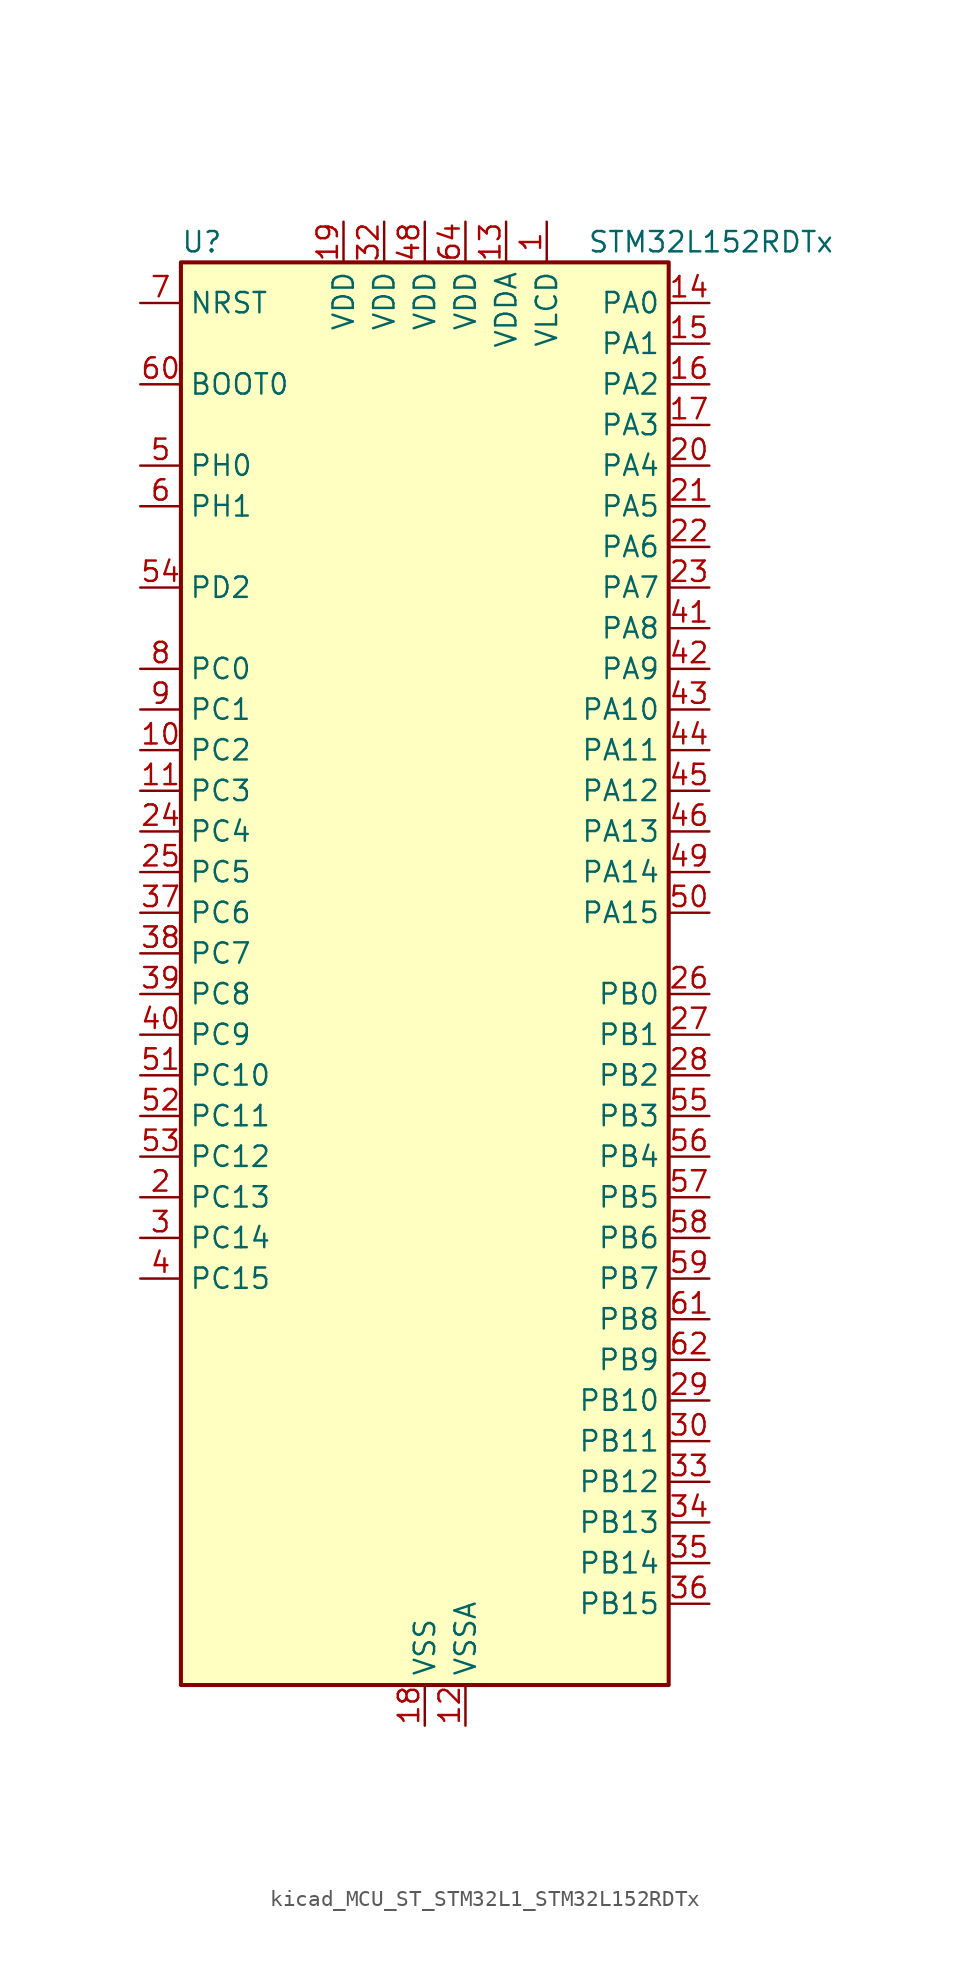
<source format=kicad_sym>
(kicad_symbol_lib
  (version 20220914)
  (generator kicad_symbol_editor)
  (symbol "kicad_MCU_ST_STM32L1_STM32L152RDTx"
    (property "Reference" "U"
      (at -15.24 46.99 0)
      (effects (font (size 1.27 1.27)) (justify left)))
    (property "Value" "STM32L152RDTx"
      (at 10.16 46.99 0)
      (effects (font (size 1.27 1.27)) (justify left)))
    (property "ki_locked" ""
      (at 0 0 0)
      (effects (font (size 1.27 1.27))))
    (symbol "kicad_MCU_ST_STM32L1_STM32L152RDTx_0_1"
      (rectangle (start -15.24 -43.18) (end 15.24 45.72) (stroke (width 0.254) (type default)) (fill (type background))))
    (symbol "kicad_MCU_ST_STM32L1_STM32L152RDTx_1_1"
      (pin power_in line (at 7.62 48.26 270) (length 2.54) (name "VLCD" (effects (font (size 1.27 1.27)))) (number "1" (effects (font (size 1.27 1.27)))))
      (pin bidirectional line (at -17.78 15.24 0) (length 2.54) (name "PC2" (effects (font (size 1.27 1.27)))) (number "10" (effects (font (size 1.27 1.27)))) (alternate "ADC_IN12" bidirectional line) (alternate "COMP1_INP" bidirectional line) (alternate "LCD_SEG20" bidirectional line) (alternate "OPAMP3_VINM" bidirectional line) (alternate "TIMX_IC3" bidirectional line) (alternate "TS_G8_IO3" bidirectional line))
      (pin bidirectional line (at -17.78 12.7 0) (length 2.54) (name "PC3" (effects (font (size 1.27 1.27)))) (number "11" (effects (font (size 1.27 1.27)))) (alternate "ADC_IN13" bidirectional line) (alternate "COMP1_INP" bidirectional line) (alternate "LCD_SEG21" bidirectional line) (alternate "OPAMP3_VOUT" bidirectional line) (alternate "TIMX_IC4" bidirectional line) (alternate "TS_G8_IO4" bidirectional line))
      (pin power_in line (at 2.54 -45.72 90) (length 2.54) (name "VSSA" (effects (font (size 1.27 1.27)))) (number "12" (effects (font (size 1.27 1.27)))))
      (pin power_in line (at 5.08 48.26 270) (length 2.54) (name "VDDA" (effects (font (size 1.27 1.27)))) (number "13" (effects (font (size 1.27 1.27)))))
      (pin bidirectional line (at 17.78 43.18 180) (length 2.54) (name "PA0" (effects (font (size 1.27 1.27)))) (number "14" (effects (font (size 1.27 1.27)))) (alternate "ADC_IN0" bidirectional line) (alternate "COMP1_INP" bidirectional line) (alternate "RTC_TAMP2" bidirectional line) (alternate "SYS_WKUP1" bidirectional line) (alternate "TIM2_CH1" bidirectional line) (alternate "TIM2_ETR" bidirectional line) (alternate "TIM5_CH1" bidirectional line) (alternate "TIMX_IC1" bidirectional line) (alternate "TS_G1_IO1" bidirectional line) (alternate "USART2_CTS" bidirectional line))
      (pin bidirectional line (at 17.78 40.64 180) (length 2.54) (name "PA1" (effects (font (size 1.27 1.27)))) (number "15" (effects (font (size 1.27 1.27)))) (alternate "ADC_IN1" bidirectional line) (alternate "COMP1_INP" bidirectional line) (alternate "LCD_SEG0" bidirectional line) (alternate "OPAMP1_VINP" bidirectional line) (alternate "TIM2_CH2" bidirectional line) (alternate "TIM5_CH2" bidirectional line) (alternate "TIMX_IC2" bidirectional line) (alternate "TS_G1_IO2" bidirectional line) (alternate "USART2_RTS" bidirectional line))
      (pin bidirectional line (at 17.78 38.1 180) (length 2.54) (name "PA2" (effects (font (size 1.27 1.27)))) (number "16" (effects (font (size 1.27 1.27)))) (alternate "ADC_IN2" bidirectional line) (alternate "COMP1_INP" bidirectional line) (alternate "LCD_SEG1" bidirectional line) (alternate "OPAMP1_VINM" bidirectional line) (alternate "TIM2_CH3" bidirectional line) (alternate "TIM5_CH3" bidirectional line) (alternate "TIM9_CH1" bidirectional line) (alternate "TIMX_IC3" bidirectional line) (alternate "TS_G1_IO3" bidirectional line) (alternate "USART2_TX" bidirectional line))
      (pin bidirectional line (at 17.78 35.56 180) (length 2.54) (name "PA3" (effects (font (size 1.27 1.27)))) (number "17" (effects (font (size 1.27 1.27)))) (alternate "ADC_IN3" bidirectional line) (alternate "COMP1_INP" bidirectional line) (alternate "LCD_SEG2" bidirectional line) (alternate "OPAMP1_VOUT" bidirectional line) (alternate "TIM2_CH4" bidirectional line) (alternate "TIM5_CH4" bidirectional line) (alternate "TIM9_CH2" bidirectional line) (alternate "TIMX_IC4" bidirectional line) (alternate "TS_G1_IO4" bidirectional line) (alternate "USART2_RX" bidirectional line))
      (pin power_in line (at 0 -45.72 90) (length 2.54) (name "VSS" (effects (font (size 1.27 1.27)))) (number "18" (effects (font (size 1.27 1.27)))))
      (pin power_in line (at -5.08 48.26 270) (length 2.54) (name "VDD" (effects (font (size 1.27 1.27)))) (number "19" (effects (font (size 1.27 1.27)))))
      (pin bidirectional line (at -17.78 -12.7 0) (length 2.54) (name "PC13" (effects (font (size 1.27 1.27)))) (number "2" (effects (font (size 1.27 1.27)))) (alternate "RTC_OUT_ALARM" bidirectional line) (alternate "RTC_OUT_CALIB" bidirectional line) (alternate "RTC_TAMP1" bidirectional line) (alternate "RTC_TS" bidirectional line) (alternate "SYS_WKUP2" bidirectional line) (alternate "TIMX_IC2" bidirectional line))
      (pin bidirectional line (at 17.78 33.02 180) (length 2.54) (name "PA4" (effects (font (size 1.27 1.27)))) (number "20" (effects (font (size 1.27 1.27)))) (alternate "ADC_IN4" bidirectional line) (alternate "COMP1_INP" bidirectional line) (alternate "DAC_OUT1" bidirectional line) (alternate "I2S3_WS" bidirectional line) (alternate "SPI1_NSS" bidirectional line) (alternate "SPI3_NSS" bidirectional line) (alternate "TIMX_IC1" bidirectional line) (alternate "USART2_CK" bidirectional line))
      (pin bidirectional line (at 17.78 30.48 180) (length 2.54) (name "PA5" (effects (font (size 1.27 1.27)))) (number "21" (effects (font (size 1.27 1.27)))) (alternate "ADC_IN5" bidirectional line) (alternate "COMP1_INP" bidirectional line) (alternate "DAC_OUT2" bidirectional line) (alternate "SPI1_SCK" bidirectional line) (alternate "TIM2_CH1" bidirectional line) (alternate "TIM2_ETR" bidirectional line) (alternate "TIMX_IC2" bidirectional line))
      (pin bidirectional line (at 17.78 27.94 180) (length 2.54) (name "PA6" (effects (font (size 1.27 1.27)))) (number "22" (effects (font (size 1.27 1.27)))) (alternate "ADC_IN6" bidirectional line) (alternate "COMP1_INP" bidirectional line) (alternate "LCD_SEG3" bidirectional line) (alternate "OPAMP2_VINP" bidirectional line) (alternate "SPI1_MISO" bidirectional line) (alternate "TIM10_CH1" bidirectional line) (alternate "TIM3_CH1" bidirectional line) (alternate "TIMX_IC3" bidirectional line) (alternate "TS_G2_IO1" bidirectional line))
      (pin bidirectional line (at 17.78 25.4 180) (length 2.54) (name "PA7" (effects (font (size 1.27 1.27)))) (number "23" (effects (font (size 1.27 1.27)))) (alternate "ADC_IN7" bidirectional line) (alternate "COMP1_INP" bidirectional line) (alternate "LCD_SEG4" bidirectional line) (alternate "OPAMP2_VINM" bidirectional line) (alternate "SPI1_MOSI" bidirectional line) (alternate "TIM11_CH1" bidirectional line) (alternate "TIM3_CH2" bidirectional line) (alternate "TIMX_IC4" bidirectional line) (alternate "TS_G2_IO2" bidirectional line))
      (pin bidirectional line (at -17.78 10.16 0) (length 2.54) (name "PC4" (effects (font (size 1.27 1.27)))) (number "24" (effects (font (size 1.27 1.27)))) (alternate "ADC_IN14" bidirectional line) (alternate "COMP1_INP" bidirectional line) (alternate "LCD_SEG22" bidirectional line) (alternate "TIMX_IC1" bidirectional line) (alternate "TS_G9_IO1" bidirectional line))
      (pin bidirectional line (at -17.78 7.62 0) (length 2.54) (name "PC5" (effects (font (size 1.27 1.27)))) (number "25" (effects (font (size 1.27 1.27)))) (alternate "ADC_IN15" bidirectional line) (alternate "COMP1_INP" bidirectional line) (alternate "LCD_SEG23" bidirectional line) (alternate "TIMX_IC2" bidirectional line) (alternate "TS_G9_IO2" bidirectional line))
      (pin bidirectional line (at 17.78 0 180) (length 2.54) (name "PB0" (effects (font (size 1.27 1.27)))) (number "26" (effects (font (size 1.27 1.27)))) (alternate "ADC_IN8" bidirectional line) (alternate "COMP1_INP" bidirectional line) (alternate "LCD_SEG5" bidirectional line) (alternate "OPAMP2_VOUT" bidirectional line) (alternate "SYS_V_REF_OUT" bidirectional line) (alternate "TIM3_CH3" bidirectional line) (alternate "TS_G3_IO1" bidirectional line))
      (pin bidirectional line (at 17.78 -2.54 180) (length 2.54) (name "PB1" (effects (font (size 1.27 1.27)))) (number "27" (effects (font (size 1.27 1.27)))) (alternate "ADC_IN9" bidirectional line) (alternate "COMP1_INP" bidirectional line) (alternate "LCD_SEG6" bidirectional line) (alternate "SYS_V_REF_OUT" bidirectional line) (alternate "TIM3_CH4" bidirectional line) (alternate "TS_G3_IO2" bidirectional line))
      (pin bidirectional line (at 17.78 -5.08 180) (length 2.54) (name "PB2" (effects (font (size 1.27 1.27)))) (number "28" (effects (font (size 1.27 1.27)))) (alternate "TS_G3_IO3" bidirectional line))
      (pin bidirectional line (at 17.78 -25.4 180) (length 2.54) (name "PB10" (effects (font (size 1.27 1.27)))) (number "29" (effects (font (size 1.27 1.27)))) (alternate "I2C2_SCL" bidirectional line) (alternate "LCD_SEG10" bidirectional line) (alternate "TIM2_CH3" bidirectional line) (alternate "USART3_TX" bidirectional line))
      (pin bidirectional line (at -17.78 -15.24 0) (length 2.54) (name "PC14" (effects (font (size 1.27 1.27)))) (number "3" (effects (font (size 1.27 1.27)))) (alternate "RCC_OSC32_IN" bidirectional line) (alternate "TIMX_IC3" bidirectional line))
      (pin bidirectional line (at 17.78 -27.94 180) (length 2.54) (name "PB11" (effects (font (size 1.27 1.27)))) (number "30" (effects (font (size 1.27 1.27)))) (alternate "ADC_EXTI11" bidirectional line) (alternate "I2C2_SDA" bidirectional line) (alternate "LCD_SEG11" bidirectional line) (alternate "TIM2_CH4" bidirectional line) (alternate "USART3_RX" bidirectional line))
      (pin passive line (at 0 -45.72 90) (length 2.54) hide (name "VSS" (effects (font (size 1.27 1.27)))) (number "31" (effects (font (size 1.27 1.27)))))
      (pin power_in line (at -2.54 48.26 270) (length 2.54) (name "VDD" (effects (font (size 1.27 1.27)))) (number "32" (effects (font (size 1.27 1.27)))))
      (pin bidirectional line (at 17.78 -30.48 180) (length 2.54) (name "PB12" (effects (font (size 1.27 1.27)))) (number "33" (effects (font (size 1.27 1.27)))) (alternate "ADC_IN18" bidirectional line) (alternate "COMP1_INP" bidirectional line) (alternate "I2C2_SMBA" bidirectional line) (alternate "I2S2_WS" bidirectional line) (alternate "LCD_SEG12" bidirectional line) (alternate "SPI2_NSS" bidirectional line) (alternate "TIM10_CH1" bidirectional line) (alternate "TS_G7_IO1" bidirectional line) (alternate "USART3_CK" bidirectional line))
      (pin bidirectional line (at 17.78 -33.02 180) (length 2.54) (name "PB13" (effects (font (size 1.27 1.27)))) (number "34" (effects (font (size 1.27 1.27)))) (alternate "ADC_IN19" bidirectional line) (alternate "COMP1_INP" bidirectional line) (alternate "I2S2_CK" bidirectional line) (alternate "LCD_SEG13" bidirectional line) (alternate "SPI2_SCK" bidirectional line) (alternate "TIM9_CH1" bidirectional line) (alternate "TS_G7_IO2" bidirectional line) (alternate "USART3_CTS" bidirectional line))
      (pin bidirectional line (at 17.78 -35.56 180) (length 2.54) (name "PB14" (effects (font (size 1.27 1.27)))) (number "35" (effects (font (size 1.27 1.27)))) (alternate "ADC_IN20" bidirectional line) (alternate "COMP1_INP" bidirectional line) (alternate "LCD_SEG14" bidirectional line) (alternate "SPI2_MISO" bidirectional line) (alternate "TIM9_CH2" bidirectional line) (alternate "TS_G7_IO3" bidirectional line) (alternate "USART3_RTS" bidirectional line))
      (pin bidirectional line (at 17.78 -38.1 180) (length 2.54) (name "PB15" (effects (font (size 1.27 1.27)))) (number "36" (effects (font (size 1.27 1.27)))) (alternate "ADC_EXTI15" bidirectional line) (alternate "ADC_IN21" bidirectional line) (alternate "COMP1_INP" bidirectional line) (alternate "I2S2_SD" bidirectional line) (alternate "LCD_SEG15" bidirectional line) (alternate "RTC_REFIN" bidirectional line) (alternate "SPI2_MOSI" bidirectional line) (alternate "TIM11_CH1" bidirectional line) (alternate "TS_G7_IO4" bidirectional line))
      (pin bidirectional line (at -17.78 5.08 0) (length 2.54) (name "PC6" (effects (font (size 1.27 1.27)))) (number "37" (effects (font (size 1.27 1.27)))) (alternate "I2S2_MCK" bidirectional line) (alternate "LCD_SEG24" bidirectional line) (alternate "SDIO_D6" bidirectional line) (alternate "TIM3_CH1" bidirectional line) (alternate "TIMX_IC3" bidirectional line) (alternate "TS_G10_IO1" bidirectional line))
      (pin bidirectional line (at -17.78 2.54 0) (length 2.54) (name "PC7" (effects (font (size 1.27 1.27)))) (number "38" (effects (font (size 1.27 1.27)))) (alternate "I2S3_MCK" bidirectional line) (alternate "LCD_SEG25" bidirectional line) (alternate "SDIO_D7" bidirectional line) (alternate "TIM3_CH2" bidirectional line) (alternate "TIMX_IC4" bidirectional line) (alternate "TS_G10_IO2" bidirectional line))
      (pin bidirectional line (at -17.78 0 0) (length 2.54) (name "PC8" (effects (font (size 1.27 1.27)))) (number "39" (effects (font (size 1.27 1.27)))) (alternate "LCD_SEG26" bidirectional line) (alternate "SDIO_D0" bidirectional line) (alternate "TIM3_CH3" bidirectional line) (alternate "TIMX_IC1" bidirectional line) (alternate "TS_G10_IO3" bidirectional line))
      (pin bidirectional line (at -17.78 -17.78 0) (length 2.54) (name "PC15" (effects (font (size 1.27 1.27)))) (number "4" (effects (font (size 1.27 1.27)))) (alternate "ADC_EXTI15" bidirectional line) (alternate "RCC_OSC32_OUT" bidirectional line) (alternate "TIMX_IC4" bidirectional line))
      (pin bidirectional line (at -17.78 -2.54 0) (length 2.54) (name "PC9" (effects (font (size 1.27 1.27)))) (number "40" (effects (font (size 1.27 1.27)))) (alternate "DAC_EXTI9" bidirectional line) (alternate "LCD_SEG27" bidirectional line) (alternate "SDIO_D1" bidirectional line) (alternate "TIM3_CH4" bidirectional line) (alternate "TIMX_IC2" bidirectional line) (alternate "TS_G10_IO4" bidirectional line))
      (pin bidirectional line (at 17.78 22.86 180) (length 2.54) (name "PA8" (effects (font (size 1.27 1.27)))) (number "41" (effects (font (size 1.27 1.27)))) (alternate "LCD_COM0" bidirectional line) (alternate "RCC_MCO" bidirectional line) (alternate "TIMX_IC1" bidirectional line) (alternate "TS_G4_IO1" bidirectional line) (alternate "USART1_CK" bidirectional line))
      (pin bidirectional line (at 17.78 20.32 180) (length 2.54) (name "PA9" (effects (font (size 1.27 1.27)))) (number "42" (effects (font (size 1.27 1.27)))) (alternate "DAC_EXTI9" bidirectional line) (alternate "LCD_COM1" bidirectional line) (alternate "TIMX_IC2" bidirectional line) (alternate "TS_G4_IO2" bidirectional line) (alternate "USART1_TX" bidirectional line))
      (pin bidirectional line (at 17.78 17.78 180) (length 2.54) (name "PA10" (effects (font (size 1.27 1.27)))) (number "43" (effects (font (size 1.27 1.27)))) (alternate "LCD_COM2" bidirectional line) (alternate "TIMX_IC3" bidirectional line) (alternate "TS_G4_IO3" bidirectional line) (alternate "USART1_RX" bidirectional line))
      (pin bidirectional line (at 17.78 15.24 180) (length 2.54) (name "PA11" (effects (font (size 1.27 1.27)))) (number "44" (effects (font (size 1.27 1.27)))) (alternate "ADC_EXTI11" bidirectional line) (alternate "SPI1_MISO" bidirectional line) (alternate "TIMX_IC4" bidirectional line) (alternate "USART1_CTS" bidirectional line) (alternate "USB_DM" bidirectional line))
      (pin bidirectional line (at 17.78 12.7 180) (length 2.54) (name "PA12" (effects (font (size 1.27 1.27)))) (number "45" (effects (font (size 1.27 1.27)))) (alternate "SPI1_MOSI" bidirectional line) (alternate "TIMX_IC1" bidirectional line) (alternate "USART1_RTS" bidirectional line) (alternate "USB_DP" bidirectional line))
      (pin bidirectional line (at 17.78 10.16 180) (length 2.54) (name "PA13" (effects (font (size 1.27 1.27)))) (number "46" (effects (font (size 1.27 1.27)))) (alternate "SYS_JTMS-SWDIO" bidirectional line) (alternate "TIMX_IC2" bidirectional line) (alternate "TS_G5_IO1" bidirectional line))
      (pin passive line (at 0 -45.72 90) (length 2.54) hide (name "VSS" (effects (font (size 1.27 1.27)))) (number "47" (effects (font (size 1.27 1.27)))))
      (pin power_in line (at 0 48.26 270) (length 2.54) (name "VDD" (effects (font (size 1.27 1.27)))) (number "48" (effects (font (size 1.27 1.27)))))
      (pin bidirectional line (at 17.78 7.62 180) (length 2.54) (name "PA14" (effects (font (size 1.27 1.27)))) (number "49" (effects (font (size 1.27 1.27)))) (alternate "SYS_JTCK-SWCLK" bidirectional line) (alternate "TIMX_IC3" bidirectional line) (alternate "TS_G5_IO2" bidirectional line))
      (pin bidirectional line (at -17.78 33.02 0) (length 2.54) (name "PH0" (effects (font (size 1.27 1.27)))) (number "5" (effects (font (size 1.27 1.27)))) (alternate "RCC_OSC_IN" bidirectional line))
      (pin bidirectional line (at 17.78 5.08 180) (length 2.54) (name "PA15" (effects (font (size 1.27 1.27)))) (number "50" (effects (font (size 1.27 1.27)))) (alternate "ADC_EXTI15" bidirectional line) (alternate "I2S3_WS" bidirectional line) (alternate "LCD_SEG17" bidirectional line) (alternate "SPI1_NSS" bidirectional line) (alternate "SPI3_NSS" bidirectional line) (alternate "SYS_JTDI" bidirectional line) (alternate "TIM2_CH1" bidirectional line) (alternate "TIM2_ETR" bidirectional line) (alternate "TIMX_IC4" bidirectional line) (alternate "TS_G5_IO3" bidirectional line))
      (pin bidirectional line (at -17.78 -5.08 0) (length 2.54) (name "PC10" (effects (font (size 1.27 1.27)))) (number "51" (effects (font (size 1.27 1.27)))) (alternate "I2S3_CK" bidirectional line) (alternate "LCD_COM4" bidirectional line) (alternate "LCD_SEG28" bidirectional line) (alternate "LCD_SEG40" bidirectional line) (alternate "SDIO_D2" bidirectional line) (alternate "SPI3_SCK" bidirectional line) (alternate "TIMX_IC3" bidirectional line) (alternate "UART4_TX" bidirectional line) (alternate "USART3_TX" bidirectional line))
      (pin bidirectional line (at -17.78 -7.62 0) (length 2.54) (name "PC11" (effects (font (size 1.27 1.27)))) (number "52" (effects (font (size 1.27 1.27)))) (alternate "ADC_EXTI11" bidirectional line) (alternate "LCD_COM5" bidirectional line) (alternate "LCD_SEG29" bidirectional line) (alternate "LCD_SEG41" bidirectional line) (alternate "SDIO_D3" bidirectional line) (alternate "SPI3_MISO" bidirectional line) (alternate "TIMX_IC4" bidirectional line) (alternate "UART4_RX" bidirectional line) (alternate "USART3_RX" bidirectional line))
      (pin bidirectional line (at -17.78 -10.16 0) (length 2.54) (name "PC12" (effects (font (size 1.27 1.27)))) (number "53" (effects (font (size 1.27 1.27)))) (alternate "I2S3_SD" bidirectional line) (alternate "LCD_COM6" bidirectional line) (alternate "LCD_SEG30" bidirectional line) (alternate "LCD_SEG42" bidirectional line) (alternate "SDIO_CK" bidirectional line) (alternate "SPI3_MOSI" bidirectional line) (alternate "TIMX_IC1" bidirectional line) (alternate "UART5_TX" bidirectional line) (alternate "USART3_CK" bidirectional line))
      (pin bidirectional line (at -17.78 25.4 0) (length 2.54) (name "PD2" (effects (font (size 1.27 1.27)))) (number "54" (effects (font (size 1.27 1.27)))) (alternate "LCD_COM7" bidirectional line) (alternate "LCD_SEG31" bidirectional line) (alternate "LCD_SEG43" bidirectional line) (alternate "SDIO_CMD" bidirectional line) (alternate "TIM3_ETR" bidirectional line) (alternate "TIMX_IC3" bidirectional line) (alternate "UART5_RX" bidirectional line))
      (pin bidirectional line (at 17.78 -7.62 180) (length 2.54) (name "PB3" (effects (font (size 1.27 1.27)))) (number "55" (effects (font (size 1.27 1.27)))) (alternate "COMP2_INM" bidirectional line) (alternate "I2S3_CK" bidirectional line) (alternate "LCD_SEG7" bidirectional line) (alternate "SPI1_SCK" bidirectional line) (alternate "SPI3_SCK" bidirectional line) (alternate "SYS_JTDO-TRACESWO" bidirectional line) (alternate "TIM2_CH2" bidirectional line))
      (pin bidirectional line (at 17.78 -10.16 180) (length 2.54) (name "PB4" (effects (font (size 1.27 1.27)))) (number "56" (effects (font (size 1.27 1.27)))) (alternate "COMP2_INP" bidirectional line) (alternate "LCD_SEG8" bidirectional line) (alternate "SPI1_MISO" bidirectional line) (alternate "SPI3_MISO" bidirectional line) (alternate "SYS_JTRST" bidirectional line) (alternate "TIM3_CH1" bidirectional line) (alternate "TS_G6_IO1" bidirectional line))
      (pin bidirectional line (at 17.78 -12.7 180) (length 2.54) (name "PB5" (effects (font (size 1.27 1.27)))) (number "57" (effects (font (size 1.27 1.27)))) (alternate "COMP2_INP" bidirectional line) (alternate "I2C1_SMBA" bidirectional line) (alternate "I2S3_SD" bidirectional line) (alternate "LCD_SEG9" bidirectional line) (alternate "SPI1_MOSI" bidirectional line) (alternate "SPI3_MOSI" bidirectional line) (alternate "TIM3_CH2" bidirectional line) (alternate "TS_G6_IO2" bidirectional line))
      (pin bidirectional line (at 17.78 -15.24 180) (length 2.54) (name "PB6" (effects (font (size 1.27 1.27)))) (number "58" (effects (font (size 1.27 1.27)))) (alternate "COMP2_INP" bidirectional line) (alternate "I2C1_SCL" bidirectional line) (alternate "TIM4_CH1" bidirectional line) (alternate "TS_G6_IO3" bidirectional line) (alternate "USART1_TX" bidirectional line))
      (pin bidirectional line (at 17.78 -17.78 180) (length 2.54) (name "PB7" (effects (font (size 1.27 1.27)))) (number "59" (effects (font (size 1.27 1.27)))) (alternate "COMP2_INP" bidirectional line) (alternate "I2C1_SDA" bidirectional line) (alternate "SYS_PVD_IN" bidirectional line) (alternate "TIM4_CH2" bidirectional line) (alternate "TS_G6_IO4" bidirectional line) (alternate "USART1_RX" bidirectional line))
      (pin bidirectional line (at -17.78 30.48 0) (length 2.54) (name "PH1" (effects (font (size 1.27 1.27)))) (number "6" (effects (font (size 1.27 1.27)))) (alternate "RCC_OSC_OUT" bidirectional line))
      (pin input line (at -17.78 38.1 0) (length 2.54) (name "BOOT0" (effects (font (size 1.27 1.27)))) (number "60" (effects (font (size 1.27 1.27)))))
      (pin bidirectional line (at 17.78 -20.32 180) (length 2.54) (name "PB8" (effects (font (size 1.27 1.27)))) (number "61" (effects (font (size 1.27 1.27)))) (alternate "I2C1_SCL" bidirectional line) (alternate "LCD_SEG16" bidirectional line) (alternate "SDIO_D4" bidirectional line) (alternate "TIM10_CH1" bidirectional line) (alternate "TIM4_CH3" bidirectional line))
      (pin bidirectional line (at 17.78 -22.86 180) (length 2.54) (name "PB9" (effects (font (size 1.27 1.27)))) (number "62" (effects (font (size 1.27 1.27)))) (alternate "DAC_EXTI9" bidirectional line) (alternate "I2C1_SDA" bidirectional line) (alternate "LCD_COM3" bidirectional line) (alternate "SDIO_D5" bidirectional line) (alternate "TIM11_CH1" bidirectional line) (alternate "TIM4_CH4" bidirectional line))
      (pin passive line (at 0 -45.72 90) (length 2.54) hide (name "VSS" (effects (font (size 1.27 1.27)))) (number "63" (effects (font (size 1.27 1.27)))))
      (pin power_in line (at 2.54 48.26 270) (length 2.54) (name "VDD" (effects (font (size 1.27 1.27)))) (number "64" (effects (font (size 1.27 1.27)))))
      (pin input line (at -17.78 43.18 0) (length 2.54) (name "NRST" (effects (font (size 1.27 1.27)))) (number "7" (effects (font (size 1.27 1.27)))))
      (pin bidirectional line (at -17.78 20.32 0) (length 2.54) (name "PC0" (effects (font (size 1.27 1.27)))) (number "8" (effects (font (size 1.27 1.27)))) (alternate "ADC_IN10" bidirectional line) (alternate "COMP1_INP" bidirectional line) (alternate "LCD_SEG18" bidirectional line) (alternate "TIMX_IC1" bidirectional line) (alternate "TS_G8_IO1" bidirectional line))
      (pin bidirectional line (at -17.78 17.78 0) (length 2.54) (name "PC1" (effects (font (size 1.27 1.27)))) (number "9" (effects (font (size 1.27 1.27)))) (alternate "ADC_IN11" bidirectional line) (alternate "COMP1_INP" bidirectional line) (alternate "LCD_SEG19" bidirectional line) (alternate "OPAMP3_VINP" bidirectional line) (alternate "TIMX_IC2" bidirectional line) (alternate "TS_G8_IO2" bidirectional line)))))
</source>
